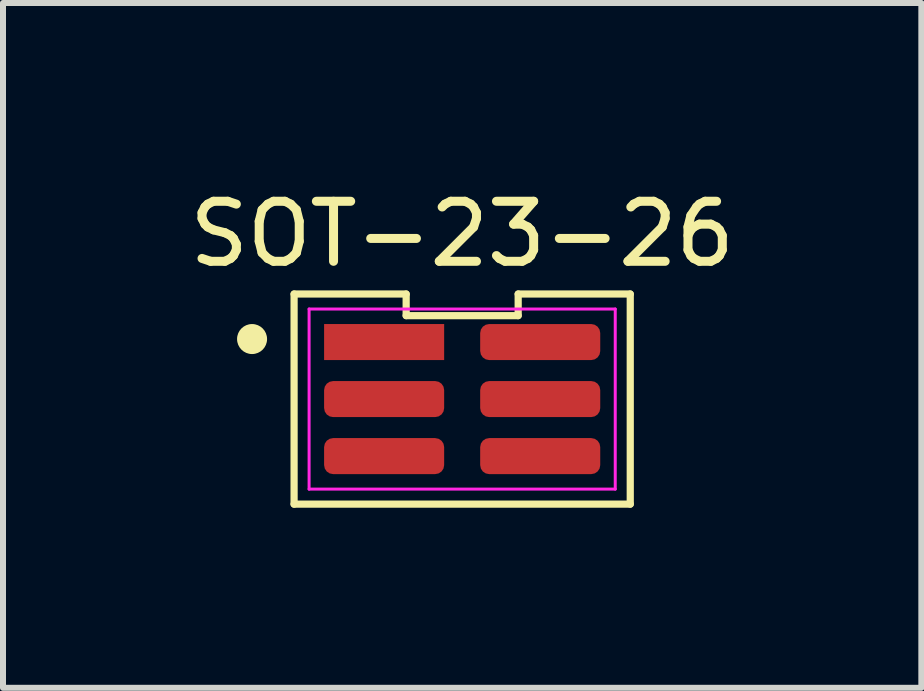
<source format=kicad_pcb>
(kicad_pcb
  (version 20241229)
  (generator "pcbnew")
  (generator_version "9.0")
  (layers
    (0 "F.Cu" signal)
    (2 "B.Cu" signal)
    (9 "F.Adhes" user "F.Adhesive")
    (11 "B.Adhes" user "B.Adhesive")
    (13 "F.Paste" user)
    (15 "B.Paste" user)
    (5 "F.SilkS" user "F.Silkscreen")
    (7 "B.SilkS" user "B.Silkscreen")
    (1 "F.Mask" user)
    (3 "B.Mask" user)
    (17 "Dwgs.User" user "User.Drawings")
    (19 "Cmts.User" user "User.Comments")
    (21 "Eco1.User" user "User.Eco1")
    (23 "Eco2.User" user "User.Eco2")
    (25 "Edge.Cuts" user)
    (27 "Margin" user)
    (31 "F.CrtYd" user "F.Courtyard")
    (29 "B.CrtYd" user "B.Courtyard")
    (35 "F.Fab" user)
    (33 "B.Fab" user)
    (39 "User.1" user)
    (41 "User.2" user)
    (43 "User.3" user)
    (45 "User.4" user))
  (footprint "SOT-23-26"
    (layer "F.Cu")
    (at 4.649 3.598)
    (property "Reference" "SOT-23-26" (at 0 -2.75 0) (layer "F.SilkS") (effects (font (size 1 1) (thickness 0.15))))
    (attr through_hole)
    (fp_line (start -2.8 -1.75) (end -2.8 1.75) (stroke (width 0.12) (type default)) (layer "F.SilkS"))
    (fp_line (start -2.8 1.75) (end 2.8 1.75) (stroke (width 0.12) (type default)) (layer "F.SilkS"))
    (fp_line (start -0.933 -1.75) (end -2.8 -1.75) (stroke (width 0.12) (type default)) (layer "F.SilkS"))
    (fp_line (start -0.933 -1.39) (end -0.933 -1.75) (stroke (width 0.12) (type default)) (layer "F.SilkS"))
    (fp_line (start 0.933 -1.75) (end 0.933 -1.39) (stroke (width 0.12) (type default)) (layer "F.SilkS"))
    (fp_line (start 0.933 -1.39) (end -0.933 -1.39) (stroke (width 0.12) (type default)) (layer "F.SilkS"))
    (fp_line (start 2.8 -1.75) (end 0.933 -1.75) (stroke (width 0.12) (type default)) (layer "F.SilkS"))
    (fp_line (start 2.8 1.75) (end 2.8 -1.75) (stroke (width 0.12) (type default)) (layer "F.SilkS"))
    (fp_circle (center -3.5 -1) (end -3.3 -1) (stroke (width 0.1) (type solid)) (fill yes) (layer "F.SilkS"))
    (fp_line (start -2.55 -1.5) (end 2.55 -1.5) (stroke (width 0.05) (type default)) (layer "F.CrtYd"))
    (fp_line (start -2.55 1.5) (end -2.55 -1.5) (stroke (width 0.05) (type default)) (layer "F.CrtYd"))
    (fp_line (start 2.55 -1.5) (end 2.55 1.5) (stroke (width 0.05) (type default)) (layer "F.CrtYd"))
    (fp_line (start 2.55 1.5) (end -2.55 1.5) (stroke (width 0.05) (type default)) (layer "F.CrtYd"))
    (pad "1" smd rect (at -1.3 -0.95 270) (size 0.6 2) (layers "F.Cu" "F.Mask" "F.Paste"))
    (pad "2" smd roundrect (at -1.3 0 270) (size 0.6 2) (layers "F.Cu" "F.Mask" "F.Paste") (roundrect_rratio 0.25))
    (pad "3" smd roundrect (at -1.3 0.95 270) (size 0.6 2) (layers "F.Cu" "F.Mask" "F.Paste") (roundrect_rratio 0.25))
    (pad "4" smd roundrect (at 1.3 0.95 270) (size 0.6 2) (layers "F.Cu" "F.Mask" "F.Paste") (roundrect_rratio 0.25))
    (pad "5" smd roundrect (at 1.3 0 270) (size 0.6 2) (layers "F.Cu" "F.Mask" "F.Paste") (roundrect_rratio 0.25))
    (pad "6" smd roundrect (at 1.3 -0.95 270) (size 0.6 2) (layers "F.Cu" "F.Mask" "F.Paste") (roundrect_rratio 0.25)))
  (gr_rect
    (start -3 -3)
    (end 12.298 8.408)
    (stroke (width 0.1) (type default))
    (fill no)
    (layer "Edge.Cuts")))
</source>
